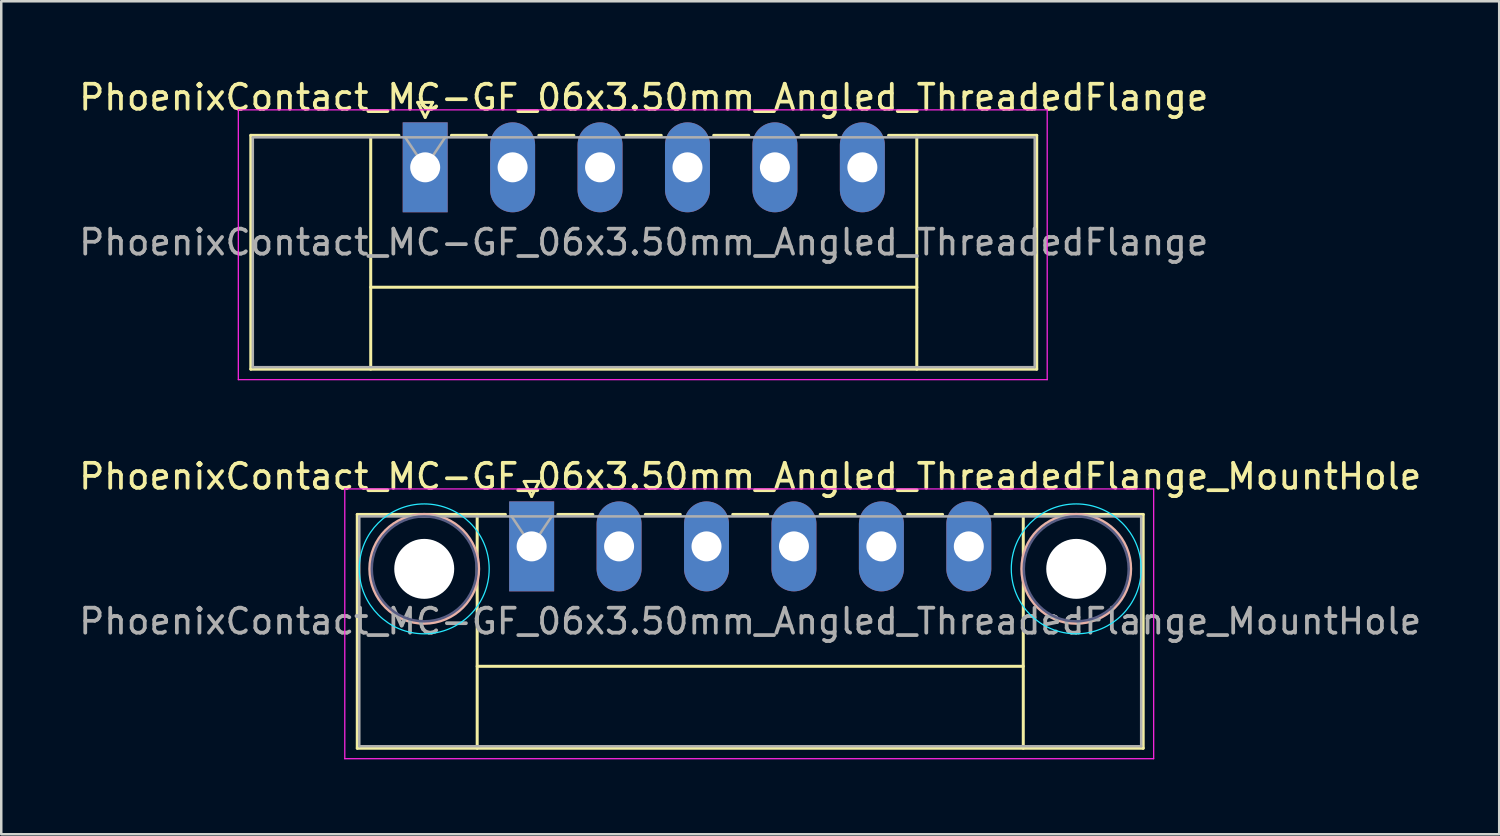
<source format=kicad_pcb>
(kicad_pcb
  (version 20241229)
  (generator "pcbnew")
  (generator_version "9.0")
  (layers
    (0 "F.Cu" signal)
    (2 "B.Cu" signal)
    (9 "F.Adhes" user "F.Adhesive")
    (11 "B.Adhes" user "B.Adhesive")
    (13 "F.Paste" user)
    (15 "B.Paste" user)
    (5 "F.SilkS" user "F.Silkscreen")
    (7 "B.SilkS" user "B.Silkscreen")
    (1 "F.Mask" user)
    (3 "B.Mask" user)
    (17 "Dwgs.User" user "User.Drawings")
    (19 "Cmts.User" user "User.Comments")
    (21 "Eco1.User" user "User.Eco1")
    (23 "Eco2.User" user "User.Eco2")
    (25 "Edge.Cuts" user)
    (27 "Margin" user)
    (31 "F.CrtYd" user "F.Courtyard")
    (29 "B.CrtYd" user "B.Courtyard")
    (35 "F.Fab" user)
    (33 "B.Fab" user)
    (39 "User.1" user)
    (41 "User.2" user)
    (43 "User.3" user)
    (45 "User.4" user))
  (footprint "PhoenixContact_MC-GF_06x3.50mm_Angled_ThreadedFlange_MountHole"
    (layer "F.Cu")
    (at 18.232 18.822)
    (property "Reference" "PhoenixContact_MC-GF_06x3.50mm_Angled_ThreadedFlange_MountHole" (at 8.75 -2.8 0) (layer "F.SilkS") (effects (font (size 1 1) (thickness 0.15))))
    (attr through_hole)
    (fp_line (start -6.98 -1.28) (end -6.98 8.08) (stroke (width 0.12) (type solid)) (layer "F.SilkS"))
    (fp_line (start -6.98 -1.28) (end -1.05 -1.28) (stroke (width 0.12) (type solid)) (layer "F.SilkS"))
    (fp_line (start -6.98 8.08) (end 24.48 8.08) (stroke (width 0.12) (type solid)) (layer "F.SilkS"))
    (fp_line (start -2.18 -1.28) (end -2.18 8.08) (stroke (width 0.12) (type solid)) (layer "F.SilkS"))
    (fp_line (start -2.18 4.8) (end 19.68 4.8) (stroke (width 0.12) (type solid)) (layer "F.SilkS"))
    (fp_line (start -0.3 -2.6) (end 0.3 -2.6) (stroke (width 0.12) (type solid)) (layer "F.SilkS"))
    (fp_line (start 0 -2) (end -0.3 -2.6) (stroke (width 0.12) (type solid)) (layer "F.SilkS"))
    (fp_line (start 0.3 -2.6) (end 0 -2) (stroke (width 0.12) (type solid)) (layer "F.SilkS"))
    (fp_line (start 1.05 -1.28) (end 2.45 -1.28) (stroke (width 0.12) (type solid)) (layer "F.SilkS"))
    (fp_line (start 4.55 -1.28) (end 5.95 -1.28) (stroke (width 0.12) (type solid)) (layer "F.SilkS"))
    (fp_line (start 8.05 -1.28) (end 9.45 -1.28) (stroke (width 0.12) (type solid)) (layer "F.SilkS"))
    (fp_line (start 11.55 -1.28) (end 12.95 -1.28) (stroke (width 0.12) (type solid)) (layer "F.SilkS"))
    (fp_line (start 15.05 -1.28) (end 16.45 -1.28) (stroke (width 0.12) (type solid)) (layer "F.SilkS"))
    (fp_line (start 19.68 -1.28) (end 19.68 8.08) (stroke (width 0.12) (type solid)) (layer "F.SilkS"))
    (fp_line (start 24.48 -1.28) (end 18.55 -1.28) (stroke (width 0.12) (type solid)) (layer "F.SilkS"))
    (fp_line (start 24.48 8.08) (end 24.48 -1.28) (stroke (width 0.12) (type solid)) (layer "F.SilkS"))
    (fp_circle (center -4.3 0.9) (end -2.12 0.9) (stroke (width 0.12) (type solid)) (fill no) (layer "B.SilkS"))
    (fp_circle (center 21.8 0.9) (end 23.98 0.9) (stroke (width 0.12) (type solid)) (fill no) (layer "B.SilkS"))
    (fp_circle (center -4.3 0.9) (end -1.7 0.9) (stroke (width 0.05) (type solid)) (fill no) (layer "B.CrtYd"))
    (fp_circle (center 21.8 0.9) (end 24.4 0.9) (stroke (width 0.05) (type solid)) (fill no) (layer "B.CrtYd"))
    (fp_line (start -7.48 -2.3) (end -7.48 8.5) (stroke (width 0.05) (type solid)) (layer "F.CrtYd"))
    (fp_line (start -7.48 8.5) (end 24.9 8.5) (stroke (width 0.05) (type solid)) (layer "F.CrtYd"))
    (fp_line (start 24.9 -2.3) (end -7.48 -2.3) (stroke (width 0.05) (type solid)) (layer "F.CrtYd"))
    (fp_line (start 24.9 8.5) (end 24.9 -2.3) (stroke (width 0.05) (type solid)) (layer "F.CrtYd"))
    (fp_circle (center -4.3 0.9) (end -2.2 0.9) (stroke (width 0.1) (type solid)) (fill no) (layer "B.Fab"))
    (fp_circle (center 21.8 0.9) (end 23.9 0.9) (stroke (width 0.1) (type solid)) (fill no) (layer "B.Fab"))
    (fp_line (start -6.9 -1.2) (end -6.9 8) (stroke (width 0.1) (type solid)) (layer "F.Fab"))
    (fp_line (start -6.9 8) (end 24.4 8) (stroke (width 0.1) (type solid)) (layer "F.Fab"))
    (fp_line (start 0 0) (end -0.8 -1.2) (stroke (width 0.1) (type solid)) (layer "F.Fab"))
    (fp_line (start 0.8 -1.2) (end 0 0) (stroke (width 0.1) (type solid)) (layer "F.Fab"))
    (fp_line (start 24.4 -1.2) (end -6.9 -1.2) (stroke (width 0.1) (type solid)) (layer "F.Fab"))
    (fp_line (start 24.4 8) (end 24.4 -1.2) (stroke (width 0.1) (type solid)) (layer "F.Fab"))
    (fp_text user "${REFERENCE}" (at 8.75 3 0) (layer "F.Fab") (effects (font (size 1 1) (thickness 0.15))))
    (pad "" np_thru_hole circle (at -4.3 0.9) (size 2.4 2.4) (drill 2.4) (layers "*.Cu" "*.Mask"))
    (pad "" np_thru_hole circle (at 21.8 0.9) (size 2.4 2.4) (drill 2.4) (layers "*.Cu" "*.Mask"))
    (pad "1" thru_hole rect (at 0 0) (size 1.8 3.6) (drill 1.2) (layers "*.Cu" "*.Mask"))
    (pad "2" thru_hole oval (at 3.5 0) (size 1.8 3.6) (drill 1.2) (layers "*.Cu" "*.Mask"))
    (pad "3" thru_hole oval (at 7 0) (size 1.8 3.6) (drill 1.2) (layers "*.Cu" "*.Mask"))
    (pad "4" thru_hole oval (at 10.5 0) (size 1.8 3.6) (drill 1.2) (layers "*.Cu" "*.Mask"))
    (pad "5" thru_hole oval (at 14 0) (size 1.8 3.6) (drill 1.2) (layers "*.Cu" "*.Mask"))
    (pad "6" thru_hole oval (at 17.5 0) (size 1.8 3.6) (drill 1.2) (layers "*.Cu" "*.Mask")))
  (footprint "PhoenixContact_MC-GF_06x3.50mm_Angled_ThreadedFlange"
    (layer "F.Cu")
    (at 13.97 3.648)
    (property "Reference" "PhoenixContact_MC-GF_06x3.50mm_Angled_ThreadedFlange" (at 8.75 -2.8 0) (layer "F.SilkS") (effects (font (size 1 1) (thickness 0.15))))
    (attr through_hole)
    (fp_line (start -6.98 -1.28) (end -6.98 8.08) (stroke (width 0.12) (type solid)) (layer "F.SilkS"))
    (fp_line (start -6.98 -1.28) (end -1.05 -1.28) (stroke (width 0.12) (type solid)) (layer "F.SilkS"))
    (fp_line (start -6.98 8.08) (end 24.48 8.08) (stroke (width 0.12) (type solid)) (layer "F.SilkS"))
    (fp_line (start -2.18 -1.28) (end -2.18 8.08) (stroke (width 0.12) (type solid)) (layer "F.SilkS"))
    (fp_line (start -2.18 4.8) (end 19.68 4.8) (stroke (width 0.12) (type solid)) (layer "F.SilkS"))
    (fp_line (start -0.3 -2.6) (end 0.3 -2.6) (stroke (width 0.12) (type solid)) (layer "F.SilkS"))
    (fp_line (start 0 -2) (end -0.3 -2.6) (stroke (width 0.12) (type solid)) (layer "F.SilkS"))
    (fp_line (start 0.3 -2.6) (end 0 -2) (stroke (width 0.12) (type solid)) (layer "F.SilkS"))
    (fp_line (start 1.05 -1.28) (end 2.45 -1.28) (stroke (width 0.12) (type solid)) (layer "F.SilkS"))
    (fp_line (start 4.55 -1.28) (end 5.95 -1.28) (stroke (width 0.12) (type solid)) (layer "F.SilkS"))
    (fp_line (start 8.05 -1.28) (end 9.45 -1.28) (stroke (width 0.12) (type solid)) (layer "F.SilkS"))
    (fp_line (start 11.55 -1.28) (end 12.95 -1.28) (stroke (width 0.12) (type solid)) (layer "F.SilkS"))
    (fp_line (start 15.05 -1.28) (end 16.45 -1.28) (stroke (width 0.12) (type solid)) (layer "F.SilkS"))
    (fp_line (start 19.68 -1.28) (end 19.68 8.08) (stroke (width 0.12) (type solid)) (layer "F.SilkS"))
    (fp_line (start 24.48 -1.28) (end 18.55 -1.28) (stroke (width 0.12) (type solid)) (layer "F.SilkS"))
    (fp_line (start 24.48 8.08) (end 24.48 -1.28) (stroke (width 0.12) (type solid)) (layer "F.SilkS"))
    (fp_line (start -7.48 -2.3) (end -7.48 8.5) (stroke (width 0.05) (type solid)) (layer "F.CrtYd"))
    (fp_line (start -7.48 8.5) (end 24.9 8.5) (stroke (width 0.05) (type solid)) (layer "F.CrtYd"))
    (fp_line (start 24.9 -2.3) (end -7.48 -2.3) (stroke (width 0.05) (type solid)) (layer "F.CrtYd"))
    (fp_line (start 24.9 8.5) (end 24.9 -2.3) (stroke (width 0.05) (type solid)) (layer "F.CrtYd"))
    (fp_line (start -6.9 -1.2) (end -6.9 8) (stroke (width 0.1) (type solid)) (layer "F.Fab"))
    (fp_line (start -6.9 8) (end 24.4 8) (stroke (width 0.1) (type solid)) (layer "F.Fab"))
    (fp_line (start 0 0) (end -0.8 -1.2) (stroke (width 0.1) (type solid)) (layer "F.Fab"))
    (fp_line (start 0.8 -1.2) (end 0 0) (stroke (width 0.1) (type solid)) (layer "F.Fab"))
    (fp_line (start 24.4 -1.2) (end -6.9 -1.2) (stroke (width 0.1) (type solid)) (layer "F.Fab"))
    (fp_line (start 24.4 8) (end 24.4 -1.2) (stroke (width 0.1) (type solid)) (layer "F.Fab"))
    (fp_text user "${REFERENCE}" (at 8.75 3 0) (layer "F.Fab") (effects (font (size 1 1) (thickness 0.15))))
    (pad "1" thru_hole rect (at 0 0) (size 1.8 3.6) (drill 1.2) (layers "*.Cu" "*.Mask"))
    (pad "2" thru_hole oval (at 3.5 0) (size 1.8 3.6) (drill 1.2) (layers "*.Cu" "*.Mask"))
    (pad "3" thru_hole oval (at 7 0) (size 1.8 3.6) (drill 1.2) (layers "*.Cu" "*.Mask"))
    (pad "4" thru_hole oval (at 10.5 0) (size 1.8 3.6) (drill 1.2) (layers "*.Cu" "*.Mask"))
    (pad "5" thru_hole oval (at 14 0) (size 1.8 3.6) (drill 1.2) (layers "*.Cu" "*.Mask"))
    (pad "6" thru_hole oval (at 17.5 0) (size 1.8 3.6) (drill 1.2) (layers "*.Cu" "*.Mask")))
  (gr_rect
    (start -3 -3)
    (end 56.964 30.346)
    (stroke (width 0.1) (type default))
    (fill no)
    (layer "Edge.Cuts")))
</source>
